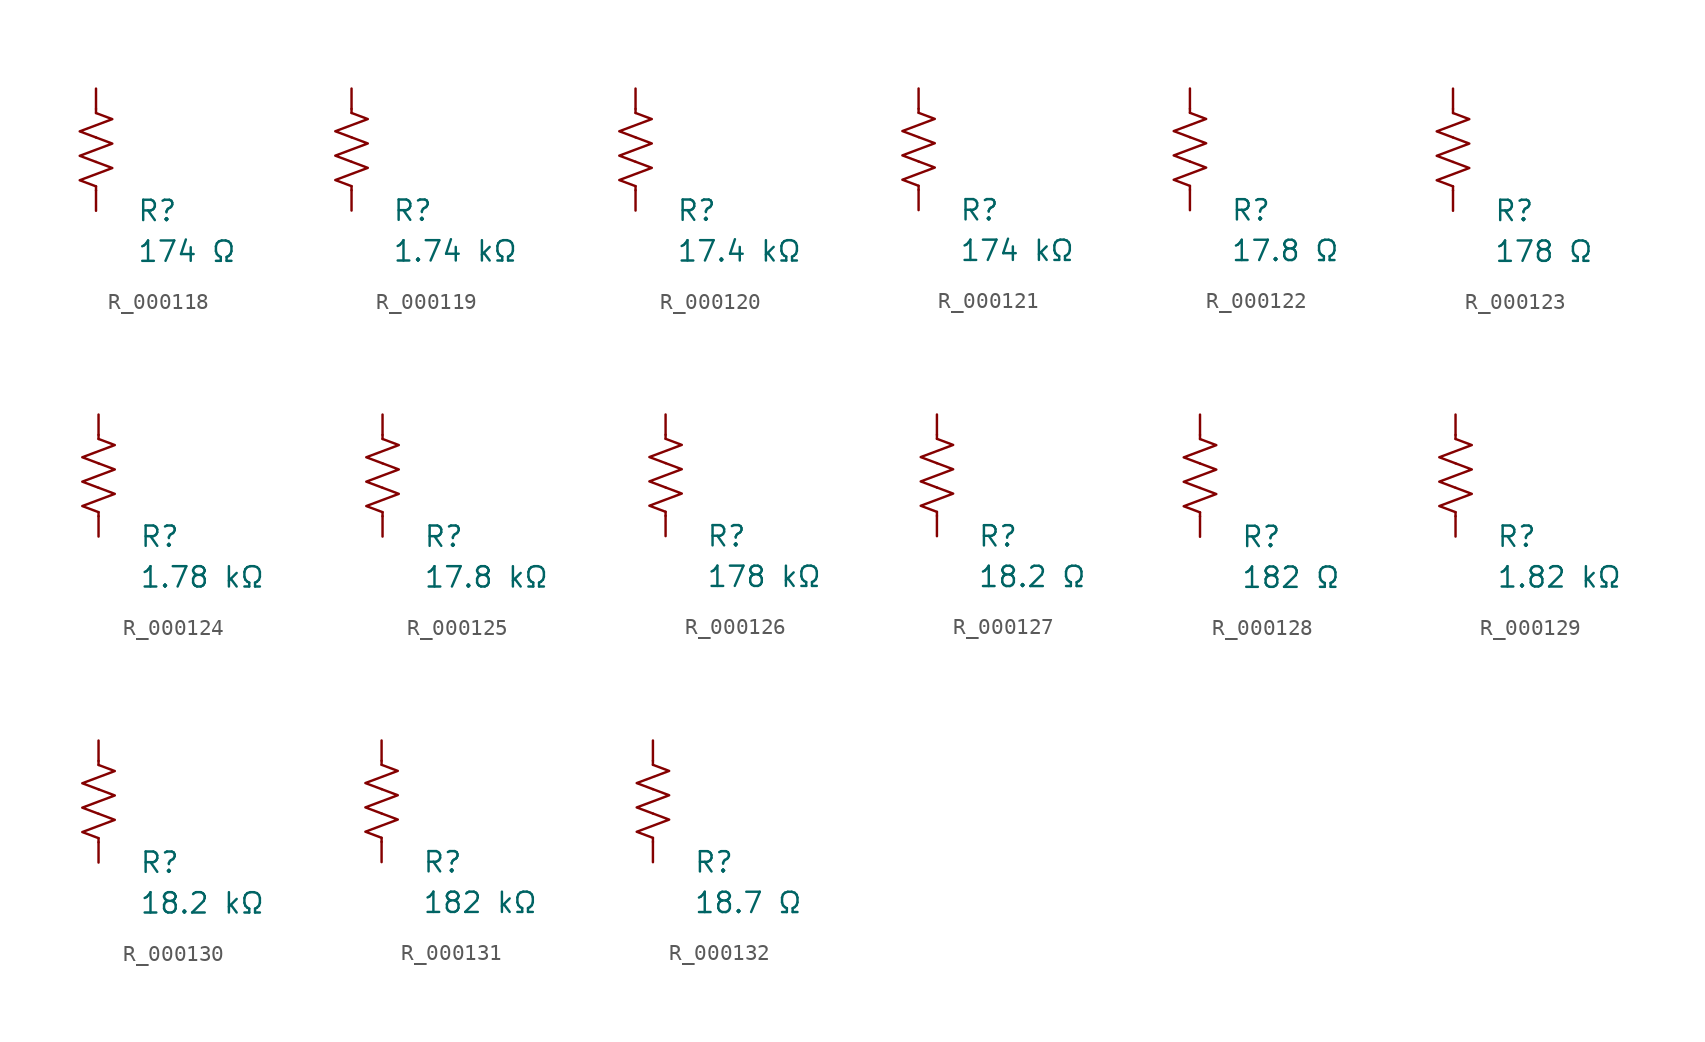
<source format=kicad_sym>
(kicad_symbol_lib
  (version 20231120)
  (generator "kicad_symbol_editor")
  (generator_version "8.0")
  (symbol "R_000118"
    (pin_numbers hide)
    (pin_names
      (offset 0))
    (property "Reference" "R"
      (at 2.54 -3.81 0)
      (effects (font (size 1.27 1.27)) (justify left))
      (show_name no))
    (property "Value" "174 Ω"
      (at 2.54 -6.35 0)
      (effects (font (size 1.27 1.27)) (justify left))
      (show_name no))
    (symbol "R_000118_0_1"
      (polyline (pts (xy 0 -2.286) (xy 0 -2.54)) (stroke (width 0) (type default)) (fill (type none)))
      (polyline (pts (xy 0 2.286) (xy 0 2.54)) (stroke (width 0) (type default)) (fill (type none)))
      (polyline (pts (xy 0 -0.762) (xy 1.016 -1.143) (xy 0 -1.524) (xy -1.016 -1.905) (xy 0 -2.286)) (stroke (width 0) (type default)) (fill (type none)))
      (polyline (pts (xy 0 0.762) (xy 1.016 0.381) (xy 0 0) (xy -1.016 -0.381) (xy 0 -0.762)) (stroke (width 0) (type default)) (fill (type none)))
      (polyline (pts (xy 0 2.286) (xy 1.016 1.905) (xy 0 1.524) (xy -1.016 1.143) (xy 0 0.762)) (stroke (width 0) (type default)) (fill (type none))))
    (symbol "R_000118_1_1"
      (pin passive line (at 0 3.81 270) (length 1.27) (name "~" (effects (font (size 1.27 1.27)))) (number "1" (effects (font (size 1.27 1.27)))))
      (pin passive line (at 0 -3.81 90) (length 1.27) (name "~" (effects (font (size 1.27 1.27)))) (number "2" (effects (font (size 1.27 1.27)))))))
  (symbol "R_000119"
    (pin_numbers hide)
    (pin_names
      (offset 0))
    (property "Reference" "R"
      (at 2.54 -3.81 0)
      (effects (font (size 1.27 1.27)) (justify left))
      (show_name no))
    (property "Value" "1.74 kΩ"
      (at 2.54 -6.35 0)
      (effects (font (size 1.27 1.27)) (justify left))
      (show_name no))
    (symbol "R_000119_0_1"
      (polyline (pts (xy 0 -2.286) (xy 0 -2.54)) (stroke (width 0) (type default)) (fill (type none)))
      (polyline (pts (xy 0 2.286) (xy 0 2.54)) (stroke (width 0) (type default)) (fill (type none)))
      (polyline (pts (xy 0 -0.762) (xy 1.016 -1.143) (xy 0 -1.524) (xy -1.016 -1.905) (xy 0 -2.286)) (stroke (width 0) (type default)) (fill (type none)))
      (polyline (pts (xy 0 0.762) (xy 1.016 0.381) (xy 0 0) (xy -1.016 -0.381) (xy 0 -0.762)) (stroke (width 0) (type default)) (fill (type none)))
      (polyline (pts (xy 0 2.286) (xy 1.016 1.905) (xy 0 1.524) (xy -1.016 1.143) (xy 0 0.762)) (stroke (width 0) (type default)) (fill (type none))))
    (symbol "R_000119_1_1"
      (pin passive line (at 0 3.81 270) (length 1.27) (name "~" (effects (font (size 1.27 1.27)))) (number "1" (effects (font (size 1.27 1.27)))))
      (pin passive line (at 0 -3.81 90) (length 1.27) (name "~" (effects (font (size 1.27 1.27)))) (number "2" (effects (font (size 1.27 1.27)))))))
  (symbol "R_000120"
    (pin_numbers hide)
    (pin_names
      (offset 0))
    (property "Reference" "R"
      (at 2.54 -3.81 0)
      (effects (font (size 1.27 1.27)) (justify left))
      (show_name no))
    (property "Value" "17.4 kΩ"
      (at 2.54 -6.35 0)
      (effects (font (size 1.27 1.27)) (justify left))
      (show_name no))
    (symbol "R_000120_0_1"
      (polyline (pts (xy 0 -2.286) (xy 0 -2.54)) (stroke (width 0) (type default)) (fill (type none)))
      (polyline (pts (xy 0 2.286) (xy 0 2.54)) (stroke (width 0) (type default)) (fill (type none)))
      (polyline (pts (xy 0 -0.762) (xy 1.016 -1.143) (xy 0 -1.524) (xy -1.016 -1.905) (xy 0 -2.286)) (stroke (width 0) (type default)) (fill (type none)))
      (polyline (pts (xy 0 0.762) (xy 1.016 0.381) (xy 0 0) (xy -1.016 -0.381) (xy 0 -0.762)) (stroke (width 0) (type default)) (fill (type none)))
      (polyline (pts (xy 0 2.286) (xy 1.016 1.905) (xy 0 1.524) (xy -1.016 1.143) (xy 0 0.762)) (stroke (width 0) (type default)) (fill (type none))))
    (symbol "R_000120_1_1"
      (pin passive line (at 0 3.81 270) (length 1.27) (name "~" (effects (font (size 1.27 1.27)))) (number "1" (effects (font (size 1.27 1.27)))))
      (pin passive line (at 0 -3.81 90) (length 1.27) (name "~" (effects (font (size 1.27 1.27)))) (number "2" (effects (font (size 1.27 1.27)))))))
  (symbol "R_000121"
    (pin_numbers hide)
    (pin_names
      (offset 0))
    (property "Reference" "R"
      (at 2.54 -3.81 0)
      (effects (font (size 1.27 1.27)) (justify left))
      (show_name no))
    (property "Value" "174 kΩ"
      (at 2.54 -6.35 0)
      (effects (font (size 1.27 1.27)) (justify left))
      (show_name no))
    (symbol "R_000121_0_1"
      (polyline (pts (xy 0 -2.286) (xy 0 -2.54)) (stroke (width 0) (type default)) (fill (type none)))
      (polyline (pts (xy 0 2.286) (xy 0 2.54)) (stroke (width 0) (type default)) (fill (type none)))
      (polyline (pts (xy 0 -0.762) (xy 1.016 -1.143) (xy 0 -1.524) (xy -1.016 -1.905) (xy 0 -2.286)) (stroke (width 0) (type default)) (fill (type none)))
      (polyline (pts (xy 0 0.762) (xy 1.016 0.381) (xy 0 0) (xy -1.016 -0.381) (xy 0 -0.762)) (stroke (width 0) (type default)) (fill (type none)))
      (polyline (pts (xy 0 2.286) (xy 1.016 1.905) (xy 0 1.524) (xy -1.016 1.143) (xy 0 0.762)) (stroke (width 0) (type default)) (fill (type none))))
    (symbol "R_000121_1_1"
      (pin passive line (at 0 3.81 270) (length 1.27) (name "~" (effects (font (size 1.27 1.27)))) (number "1" (effects (font (size 1.27 1.27)))))
      (pin passive line (at 0 -3.81 90) (length 1.27) (name "~" (effects (font (size 1.27 1.27)))) (number "2" (effects (font (size 1.27 1.27)))))))
  (symbol "R_000122"
    (pin_numbers hide)
    (pin_names
      (offset 0))
    (property "Reference" "R"
      (at 2.54 -3.81 0)
      (effects (font (size 1.27 1.27)) (justify left))
      (show_name no))
    (property "Value" "17.8 Ω"
      (at 2.54 -6.35 0)
      (effects (font (size 1.27 1.27)) (justify left))
      (show_name no))
    (symbol "R_000122_0_1"
      (polyline (pts (xy 0 -2.286) (xy 0 -2.54)) (stroke (width 0) (type default)) (fill (type none)))
      (polyline (pts (xy 0 2.286) (xy 0 2.54)) (stroke (width 0) (type default)) (fill (type none)))
      (polyline (pts (xy 0 -0.762) (xy 1.016 -1.143) (xy 0 -1.524) (xy -1.016 -1.905) (xy 0 -2.286)) (stroke (width 0) (type default)) (fill (type none)))
      (polyline (pts (xy 0 0.762) (xy 1.016 0.381) (xy 0 0) (xy -1.016 -0.381) (xy 0 -0.762)) (stroke (width 0) (type default)) (fill (type none)))
      (polyline (pts (xy 0 2.286) (xy 1.016 1.905) (xy 0 1.524) (xy -1.016 1.143) (xy 0 0.762)) (stroke (width 0) (type default)) (fill (type none))))
    (symbol "R_000122_1_1"
      (pin passive line (at 0 3.81 270) (length 1.27) (name "~" (effects (font (size 1.27 1.27)))) (number "1" (effects (font (size 1.27 1.27)))))
      (pin passive line (at 0 -3.81 90) (length 1.27) (name "~" (effects (font (size 1.27 1.27)))) (number "2" (effects (font (size 1.27 1.27)))))))
  (symbol "R_000123"
    (pin_numbers hide)
    (pin_names
      (offset 0))
    (property "Reference" "R"
      (at 2.54 -3.81 0)
      (effects (font (size 1.27 1.27)) (justify left))
      (show_name no))
    (property "Value" "178 Ω"
      (at 2.54 -6.35 0)
      (effects (font (size 1.27 1.27)) (justify left))
      (show_name no))
    (symbol "R_000123_0_1"
      (polyline (pts (xy 0 -2.286) (xy 0 -2.54)) (stroke (width 0) (type default)) (fill (type none)))
      (polyline (pts (xy 0 2.286) (xy 0 2.54)) (stroke (width 0) (type default)) (fill (type none)))
      (polyline (pts (xy 0 -0.762) (xy 1.016 -1.143) (xy 0 -1.524) (xy -1.016 -1.905) (xy 0 -2.286)) (stroke (width 0) (type default)) (fill (type none)))
      (polyline (pts (xy 0 0.762) (xy 1.016 0.381) (xy 0 0) (xy -1.016 -0.381) (xy 0 -0.762)) (stroke (width 0) (type default)) (fill (type none)))
      (polyline (pts (xy 0 2.286) (xy 1.016 1.905) (xy 0 1.524) (xy -1.016 1.143) (xy 0 0.762)) (stroke (width 0) (type default)) (fill (type none))))
    (symbol "R_000123_1_1"
      (pin passive line (at 0 3.81 270) (length 1.27) (name "~" (effects (font (size 1.27 1.27)))) (number "1" (effects (font (size 1.27 1.27)))))
      (pin passive line (at 0 -3.81 90) (length 1.27) (name "~" (effects (font (size 1.27 1.27)))) (number "2" (effects (font (size 1.27 1.27)))))))
  (symbol "R_000124"
    (pin_numbers hide)
    (pin_names
      (offset 0))
    (property "Reference" "R"
      (at 2.54 -3.81 0)
      (effects (font (size 1.27 1.27)) (justify left))
      (show_name no))
    (property "Value" "1.78 kΩ"
      (at 2.54 -6.35 0)
      (effects (font (size 1.27 1.27)) (justify left))
      (show_name no))
    (symbol "R_000124_0_1"
      (polyline (pts (xy 0 -2.286) (xy 0 -2.54)) (stroke (width 0) (type default)) (fill (type none)))
      (polyline (pts (xy 0 2.286) (xy 0 2.54)) (stroke (width 0) (type default)) (fill (type none)))
      (polyline (pts (xy 0 -0.762) (xy 1.016 -1.143) (xy 0 -1.524) (xy -1.016 -1.905) (xy 0 -2.286)) (stroke (width 0) (type default)) (fill (type none)))
      (polyline (pts (xy 0 0.762) (xy 1.016 0.381) (xy 0 0) (xy -1.016 -0.381) (xy 0 -0.762)) (stroke (width 0) (type default)) (fill (type none)))
      (polyline (pts (xy 0 2.286) (xy 1.016 1.905) (xy 0 1.524) (xy -1.016 1.143) (xy 0 0.762)) (stroke (width 0) (type default)) (fill (type none))))
    (symbol "R_000124_1_1"
      (pin passive line (at 0 3.81 270) (length 1.27) (name "~" (effects (font (size 1.27 1.27)))) (number "1" (effects (font (size 1.27 1.27)))))
      (pin passive line (at 0 -3.81 90) (length 1.27) (name "~" (effects (font (size 1.27 1.27)))) (number "2" (effects (font (size 1.27 1.27)))))))
  (symbol "R_000125"
    (pin_numbers hide)
    (pin_names
      (offset 0))
    (property "Reference" "R"
      (at 2.54 -3.81 0)
      (effects (font (size 1.27 1.27)) (justify left))
      (show_name no))
    (property "Value" "17.8 kΩ"
      (at 2.54 -6.35 0)
      (effects (font (size 1.27 1.27)) (justify left))
      (show_name no))
    (symbol "R_000125_0_1"
      (polyline (pts (xy 0 -2.286) (xy 0 -2.54)) (stroke (width 0) (type default)) (fill (type none)))
      (polyline (pts (xy 0 2.286) (xy 0 2.54)) (stroke (width 0) (type default)) (fill (type none)))
      (polyline (pts (xy 0 -0.762) (xy 1.016 -1.143) (xy 0 -1.524) (xy -1.016 -1.905) (xy 0 -2.286)) (stroke (width 0) (type default)) (fill (type none)))
      (polyline (pts (xy 0 0.762) (xy 1.016 0.381) (xy 0 0) (xy -1.016 -0.381) (xy 0 -0.762)) (stroke (width 0) (type default)) (fill (type none)))
      (polyline (pts (xy 0 2.286) (xy 1.016 1.905) (xy 0 1.524) (xy -1.016 1.143) (xy 0 0.762)) (stroke (width 0) (type default)) (fill (type none))))
    (symbol "R_000125_1_1"
      (pin passive line (at 0 3.81 270) (length 1.27) (name "~" (effects (font (size 1.27 1.27)))) (number "1" (effects (font (size 1.27 1.27)))))
      (pin passive line (at 0 -3.81 90) (length 1.27) (name "~" (effects (font (size 1.27 1.27)))) (number "2" (effects (font (size 1.27 1.27)))))))
  (symbol "R_000126"
    (pin_numbers hide)
    (pin_names
      (offset 0))
    (property "Reference" "R"
      (at 2.54 -3.81 0)
      (effects (font (size 1.27 1.27)) (justify left))
      (show_name no))
    (property "Value" "178 kΩ"
      (at 2.54 -6.35 0)
      (effects (font (size 1.27 1.27)) (justify left))
      (show_name no))
    (symbol "R_000126_0_1"
      (polyline (pts (xy 0 -2.286) (xy 0 -2.54)) (stroke (width 0) (type default)) (fill (type none)))
      (polyline (pts (xy 0 2.286) (xy 0 2.54)) (stroke (width 0) (type default)) (fill (type none)))
      (polyline (pts (xy 0 -0.762) (xy 1.016 -1.143) (xy 0 -1.524) (xy -1.016 -1.905) (xy 0 -2.286)) (stroke (width 0) (type default)) (fill (type none)))
      (polyline (pts (xy 0 0.762) (xy 1.016 0.381) (xy 0 0) (xy -1.016 -0.381) (xy 0 -0.762)) (stroke (width 0) (type default)) (fill (type none)))
      (polyline (pts (xy 0 2.286) (xy 1.016 1.905) (xy 0 1.524) (xy -1.016 1.143) (xy 0 0.762)) (stroke (width 0) (type default)) (fill (type none))))
    (symbol "R_000126_1_1"
      (pin passive line (at 0 3.81 270) (length 1.27) (name "~" (effects (font (size 1.27 1.27)))) (number "1" (effects (font (size 1.27 1.27)))))
      (pin passive line (at 0 -3.81 90) (length 1.27) (name "~" (effects (font (size 1.27 1.27)))) (number "2" (effects (font (size 1.27 1.27)))))))
  (symbol "R_000127"
    (pin_numbers hide)
    (pin_names
      (offset 0))
    (property "Reference" "R"
      (at 2.54 -3.81 0)
      (effects (font (size 1.27 1.27)) (justify left))
      (show_name no))
    (property "Value" "18.2 Ω"
      (at 2.54 -6.35 0)
      (effects (font (size 1.27 1.27)) (justify left))
      (show_name no))
    (symbol "R_000127_0_1"
      (polyline (pts (xy 0 -2.286) (xy 0 -2.54)) (stroke (width 0) (type default)) (fill (type none)))
      (polyline (pts (xy 0 2.286) (xy 0 2.54)) (stroke (width 0) (type default)) (fill (type none)))
      (polyline (pts (xy 0 -0.762) (xy 1.016 -1.143) (xy 0 -1.524) (xy -1.016 -1.905) (xy 0 -2.286)) (stroke (width 0) (type default)) (fill (type none)))
      (polyline (pts (xy 0 0.762) (xy 1.016 0.381) (xy 0 0) (xy -1.016 -0.381) (xy 0 -0.762)) (stroke (width 0) (type default)) (fill (type none)))
      (polyline (pts (xy 0 2.286) (xy 1.016 1.905) (xy 0 1.524) (xy -1.016 1.143) (xy 0 0.762)) (stroke (width 0) (type default)) (fill (type none))))
    (symbol "R_000127_1_1"
      (pin passive line (at 0 3.81 270) (length 1.27) (name "~" (effects (font (size 1.27 1.27)))) (number "1" (effects (font (size 1.27 1.27)))))
      (pin passive line (at 0 -3.81 90) (length 1.27) (name "~" (effects (font (size 1.27 1.27)))) (number "2" (effects (font (size 1.27 1.27)))))))
  (symbol "R_000128"
    (pin_numbers hide)
    (pin_names
      (offset 0))
    (property "Reference" "R"
      (at 2.54 -3.81 0)
      (effects (font (size 1.27 1.27)) (justify left))
      (show_name no))
    (property "Value" "182 Ω"
      (at 2.54 -6.35 0)
      (effects (font (size 1.27 1.27)) (justify left))
      (show_name no))
    (symbol "R_000128_0_1"
      (polyline (pts (xy 0 -2.286) (xy 0 -2.54)) (stroke (width 0) (type default)) (fill (type none)))
      (polyline (pts (xy 0 2.286) (xy 0 2.54)) (stroke (width 0) (type default)) (fill (type none)))
      (polyline (pts (xy 0 -0.762) (xy 1.016 -1.143) (xy 0 -1.524) (xy -1.016 -1.905) (xy 0 -2.286)) (stroke (width 0) (type default)) (fill (type none)))
      (polyline (pts (xy 0 0.762) (xy 1.016 0.381) (xy 0 0) (xy -1.016 -0.381) (xy 0 -0.762)) (stroke (width 0) (type default)) (fill (type none)))
      (polyline (pts (xy 0 2.286) (xy 1.016 1.905) (xy 0 1.524) (xy -1.016 1.143) (xy 0 0.762)) (stroke (width 0) (type default)) (fill (type none))))
    (symbol "R_000128_1_1"
      (pin passive line (at 0 3.81 270) (length 1.27) (name "~" (effects (font (size 1.27 1.27)))) (number "1" (effects (font (size 1.27 1.27)))))
      (pin passive line (at 0 -3.81 90) (length 1.27) (name "~" (effects (font (size 1.27 1.27)))) (number "2" (effects (font (size 1.27 1.27)))))))
  (symbol "R_000129"
    (pin_numbers hide)
    (pin_names
      (offset 0))
    (property "Reference" "R"
      (at 2.54 -3.81 0)
      (effects (font (size 1.27 1.27)) (justify left))
      (show_name no))
    (property "Value" "1.82 kΩ"
      (at 2.54 -6.35 0)
      (effects (font (size 1.27 1.27)) (justify left))
      (show_name no))
    (symbol "R_000129_0_1"
      (polyline (pts (xy 0 -2.286) (xy 0 -2.54)) (stroke (width 0) (type default)) (fill (type none)))
      (polyline (pts (xy 0 2.286) (xy 0 2.54)) (stroke (width 0) (type default)) (fill (type none)))
      (polyline (pts (xy 0 -0.762) (xy 1.016 -1.143) (xy 0 -1.524) (xy -1.016 -1.905) (xy 0 -2.286)) (stroke (width 0) (type default)) (fill (type none)))
      (polyline (pts (xy 0 0.762) (xy 1.016 0.381) (xy 0 0) (xy -1.016 -0.381) (xy 0 -0.762)) (stroke (width 0) (type default)) (fill (type none)))
      (polyline (pts (xy 0 2.286) (xy 1.016 1.905) (xy 0 1.524) (xy -1.016 1.143) (xy 0 0.762)) (stroke (width 0) (type default)) (fill (type none))))
    (symbol "R_000129_1_1"
      (pin passive line (at 0 3.81 270) (length 1.27) (name "~" (effects (font (size 1.27 1.27)))) (number "1" (effects (font (size 1.27 1.27)))))
      (pin passive line (at 0 -3.81 90) (length 1.27) (name "~" (effects (font (size 1.27 1.27)))) (number "2" (effects (font (size 1.27 1.27)))))))
  (symbol "R_000130"
    (pin_numbers hide)
    (pin_names
      (offset 0))
    (property "Reference" "R"
      (at 2.54 -3.81 0)
      (effects (font (size 1.27 1.27)) (justify left))
      (show_name no))
    (property "Value" "18.2 kΩ"
      (at 2.54 -6.35 0)
      (effects (font (size 1.27 1.27)) (justify left))
      (show_name no))
    (symbol "R_000130_0_1"
      (polyline (pts (xy 0 -2.286) (xy 0 -2.54)) (stroke (width 0) (type default)) (fill (type none)))
      (polyline (pts (xy 0 2.286) (xy 0 2.54)) (stroke (width 0) (type default)) (fill (type none)))
      (polyline (pts (xy 0 -0.762) (xy 1.016 -1.143) (xy 0 -1.524) (xy -1.016 -1.905) (xy 0 -2.286)) (stroke (width 0) (type default)) (fill (type none)))
      (polyline (pts (xy 0 0.762) (xy 1.016 0.381) (xy 0 0) (xy -1.016 -0.381) (xy 0 -0.762)) (stroke (width 0) (type default)) (fill (type none)))
      (polyline (pts (xy 0 2.286) (xy 1.016 1.905) (xy 0 1.524) (xy -1.016 1.143) (xy 0 0.762)) (stroke (width 0) (type default)) (fill (type none))))
    (symbol "R_000130_1_1"
      (pin passive line (at 0 3.81 270) (length 1.27) (name "~" (effects (font (size 1.27 1.27)))) (number "1" (effects (font (size 1.27 1.27)))))
      (pin passive line (at 0 -3.81 90) (length 1.27) (name "~" (effects (font (size 1.27 1.27)))) (number "2" (effects (font (size 1.27 1.27)))))))
  (symbol "R_000131"
    (pin_numbers hide)
    (pin_names
      (offset 0))
    (property "Reference" "R"
      (at 2.54 -3.81 0)
      (effects (font (size 1.27 1.27)) (justify left))
      (show_name no))
    (property "Value" "182 kΩ"
      (at 2.54 -6.35 0)
      (effects (font (size 1.27 1.27)) (justify left))
      (show_name no))
    (symbol "R_000131_0_1"
      (polyline (pts (xy 0 -2.286) (xy 0 -2.54)) (stroke (width 0) (type default)) (fill (type none)))
      (polyline (pts (xy 0 2.286) (xy 0 2.54)) (stroke (width 0) (type default)) (fill (type none)))
      (polyline (pts (xy 0 -0.762) (xy 1.016 -1.143) (xy 0 -1.524) (xy -1.016 -1.905) (xy 0 -2.286)) (stroke (width 0) (type default)) (fill (type none)))
      (polyline (pts (xy 0 0.762) (xy 1.016 0.381) (xy 0 0) (xy -1.016 -0.381) (xy 0 -0.762)) (stroke (width 0) (type default)) (fill (type none)))
      (polyline (pts (xy 0 2.286) (xy 1.016 1.905) (xy 0 1.524) (xy -1.016 1.143) (xy 0 0.762)) (stroke (width 0) (type default)) (fill (type none))))
    (symbol "R_000131_1_1"
      (pin passive line (at 0 3.81 270) (length 1.27) (name "~" (effects (font (size 1.27 1.27)))) (number "1" (effects (font (size 1.27 1.27)))))
      (pin passive line (at 0 -3.81 90) (length 1.27) (name "~" (effects (font (size 1.27 1.27)))) (number "2" (effects (font (size 1.27 1.27)))))))
  (symbol "R_000132"
    (pin_numbers hide)
    (pin_names
      (offset 0))
    (property "Reference" "R"
      (at 2.54 -3.81 0)
      (effects (font (size 1.27 1.27)) (justify left))
      (show_name no))
    (property "Value" "18.7 Ω"
      (at 2.54 -6.35 0)
      (effects (font (size 1.27 1.27)) (justify left))
      (show_name no))
    (symbol "R_000132_0_1"
      (polyline (pts (xy 0 -2.286) (xy 0 -2.54)) (stroke (width 0) (type default)) (fill (type none)))
      (polyline (pts (xy 0 2.286) (xy 0 2.54)) (stroke (width 0) (type default)) (fill (type none)))
      (polyline (pts (xy 0 -0.762) (xy 1.016 -1.143) (xy 0 -1.524) (xy -1.016 -1.905) (xy 0 -2.286)) (stroke (width 0) (type default)) (fill (type none)))
      (polyline (pts (xy 0 0.762) (xy 1.016 0.381) (xy 0 0) (xy -1.016 -0.381) (xy 0 -0.762)) (stroke (width 0) (type default)) (fill (type none)))
      (polyline (pts (xy 0 2.286) (xy 1.016 1.905) (xy 0 1.524) (xy -1.016 1.143) (xy 0 0.762)) (stroke (width 0) (type default)) (fill (type none))))
    (symbol "R_000132_1_1"
      (pin passive line (at 0 3.81 270) (length 1.27) (name "~" (effects (font (size 1.27 1.27)))) (number "1" (effects (font (size 1.27 1.27)))))
      (pin passive line (at 0 -3.81 90) (length 1.27) (name "~" (effects (font (size 1.27 1.27)))) (number "2" (effects (font (size 1.27 1.27))))))))
</source>
